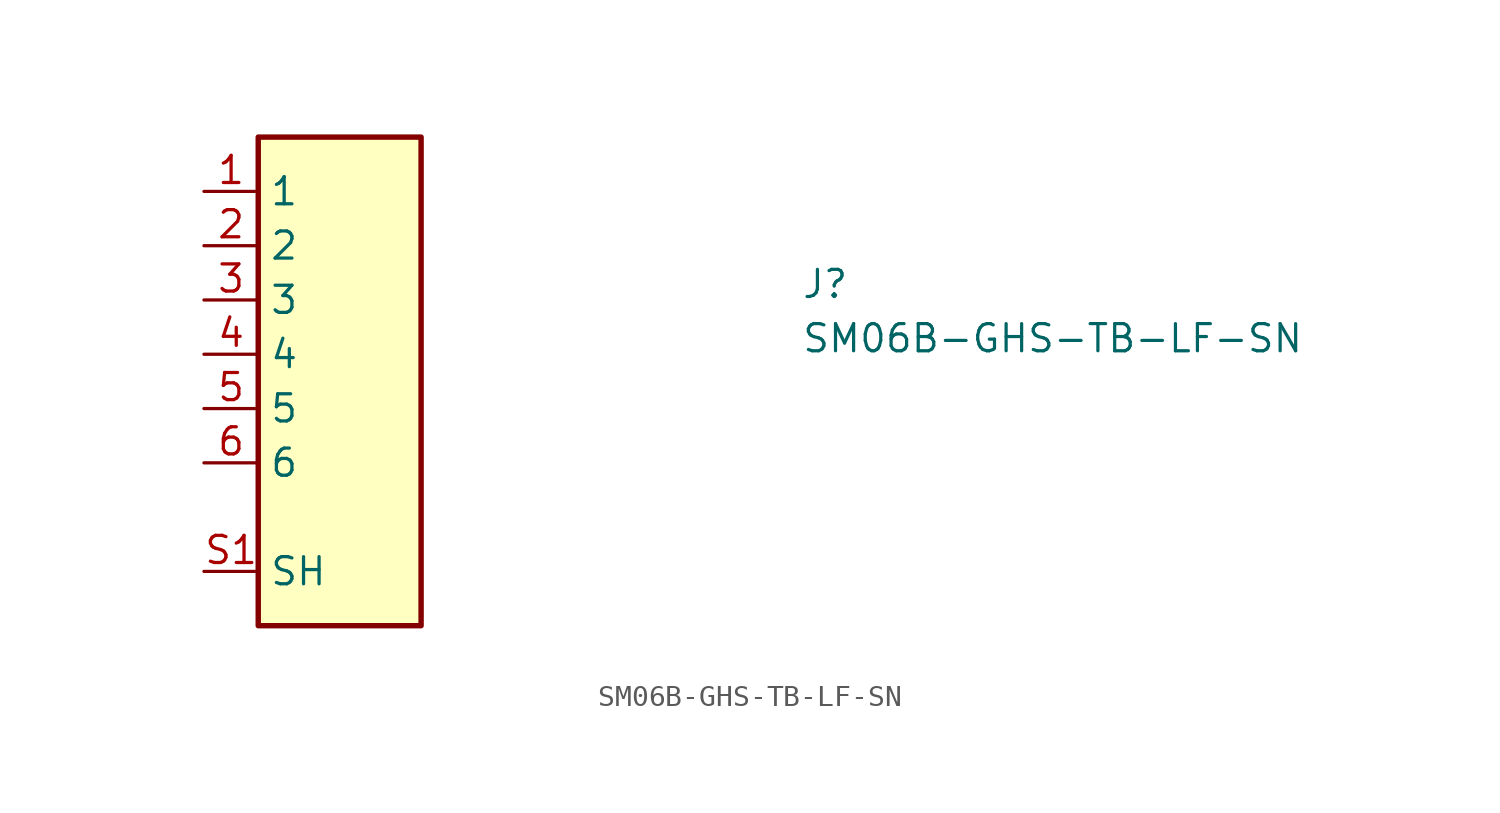
<source format=kicad_sym>
(kicad_symbol_lib
  (version 20211014)
  (generator kicad_symbol_editor)
  (symbol "SM06B-GHS-TB-LF-SN"
    (property "Reference" "J"
      (at 27.94 -5.08 0)
      (effects (font (size 1.27 1.27) (thickness 0.15)) (justify left bottom)))
    (property "Value" "SM06B-GHS-TB-LF-SN"
      (at 27.94 -7.62 0)
      (effects (font (size 1.27 1.27) (thickness 0.15)) (justify left bottom)))
    (symbol "SM06B-GHS-TB-LF-SN_1_1"
      (rectangle (start 2.54 2.54) (end 10.16 -20.32) (stroke (width 0.254) (type default) (color 0 0 0 0)) (fill (type background)))
      (pin passive line (at 0 0 0) (length 2.54) (name "1" (effects (font (size 1.27 1.27)))) (number "1" (effects (font (size 1.27 1.27)))))
      (pin passive line (at 0 -2.54 0) (length 2.54) (name "2" (effects (font (size 1.27 1.27)))) (number "2" (effects (font (size 1.27 1.27)))))
      (pin passive line (at 0 -5.08 0) (length 2.54) (name "3" (effects (font (size 1.27 1.27)))) (number "3" (effects (font (size 1.27 1.27)))))
      (pin passive line (at 0 -7.62 0) (length 2.54) (name "4" (effects (font (size 1.27 1.27)))) (number "4" (effects (font (size 1.27 1.27)))))
      (pin passive line (at 0 -10.16 0) (length 2.54) (name "5" (effects (font (size 1.27 1.27)))) (number "5" (effects (font (size 1.27 1.27)))))
      (pin passive line (at 0 -12.7 0) (length 2.54) (name "6" (effects (font (size 1.27 1.27)))) (number "6" (effects (font (size 1.27 1.27)))))
      (pin passive line (at 0 -17.78 0) (length 2.54) (name "SH" (effects (font (size 1.27 1.27)))) (number "S1" (effects (font (size 1.27 1.27)))))
      (pin passive line (at 0 -17.78 0) (length 2.54) hide (name "SH" (effects (font (size 1.27 1.27)))) (number "S2" (effects (font (size 1.27 1.27))))))))
</source>
